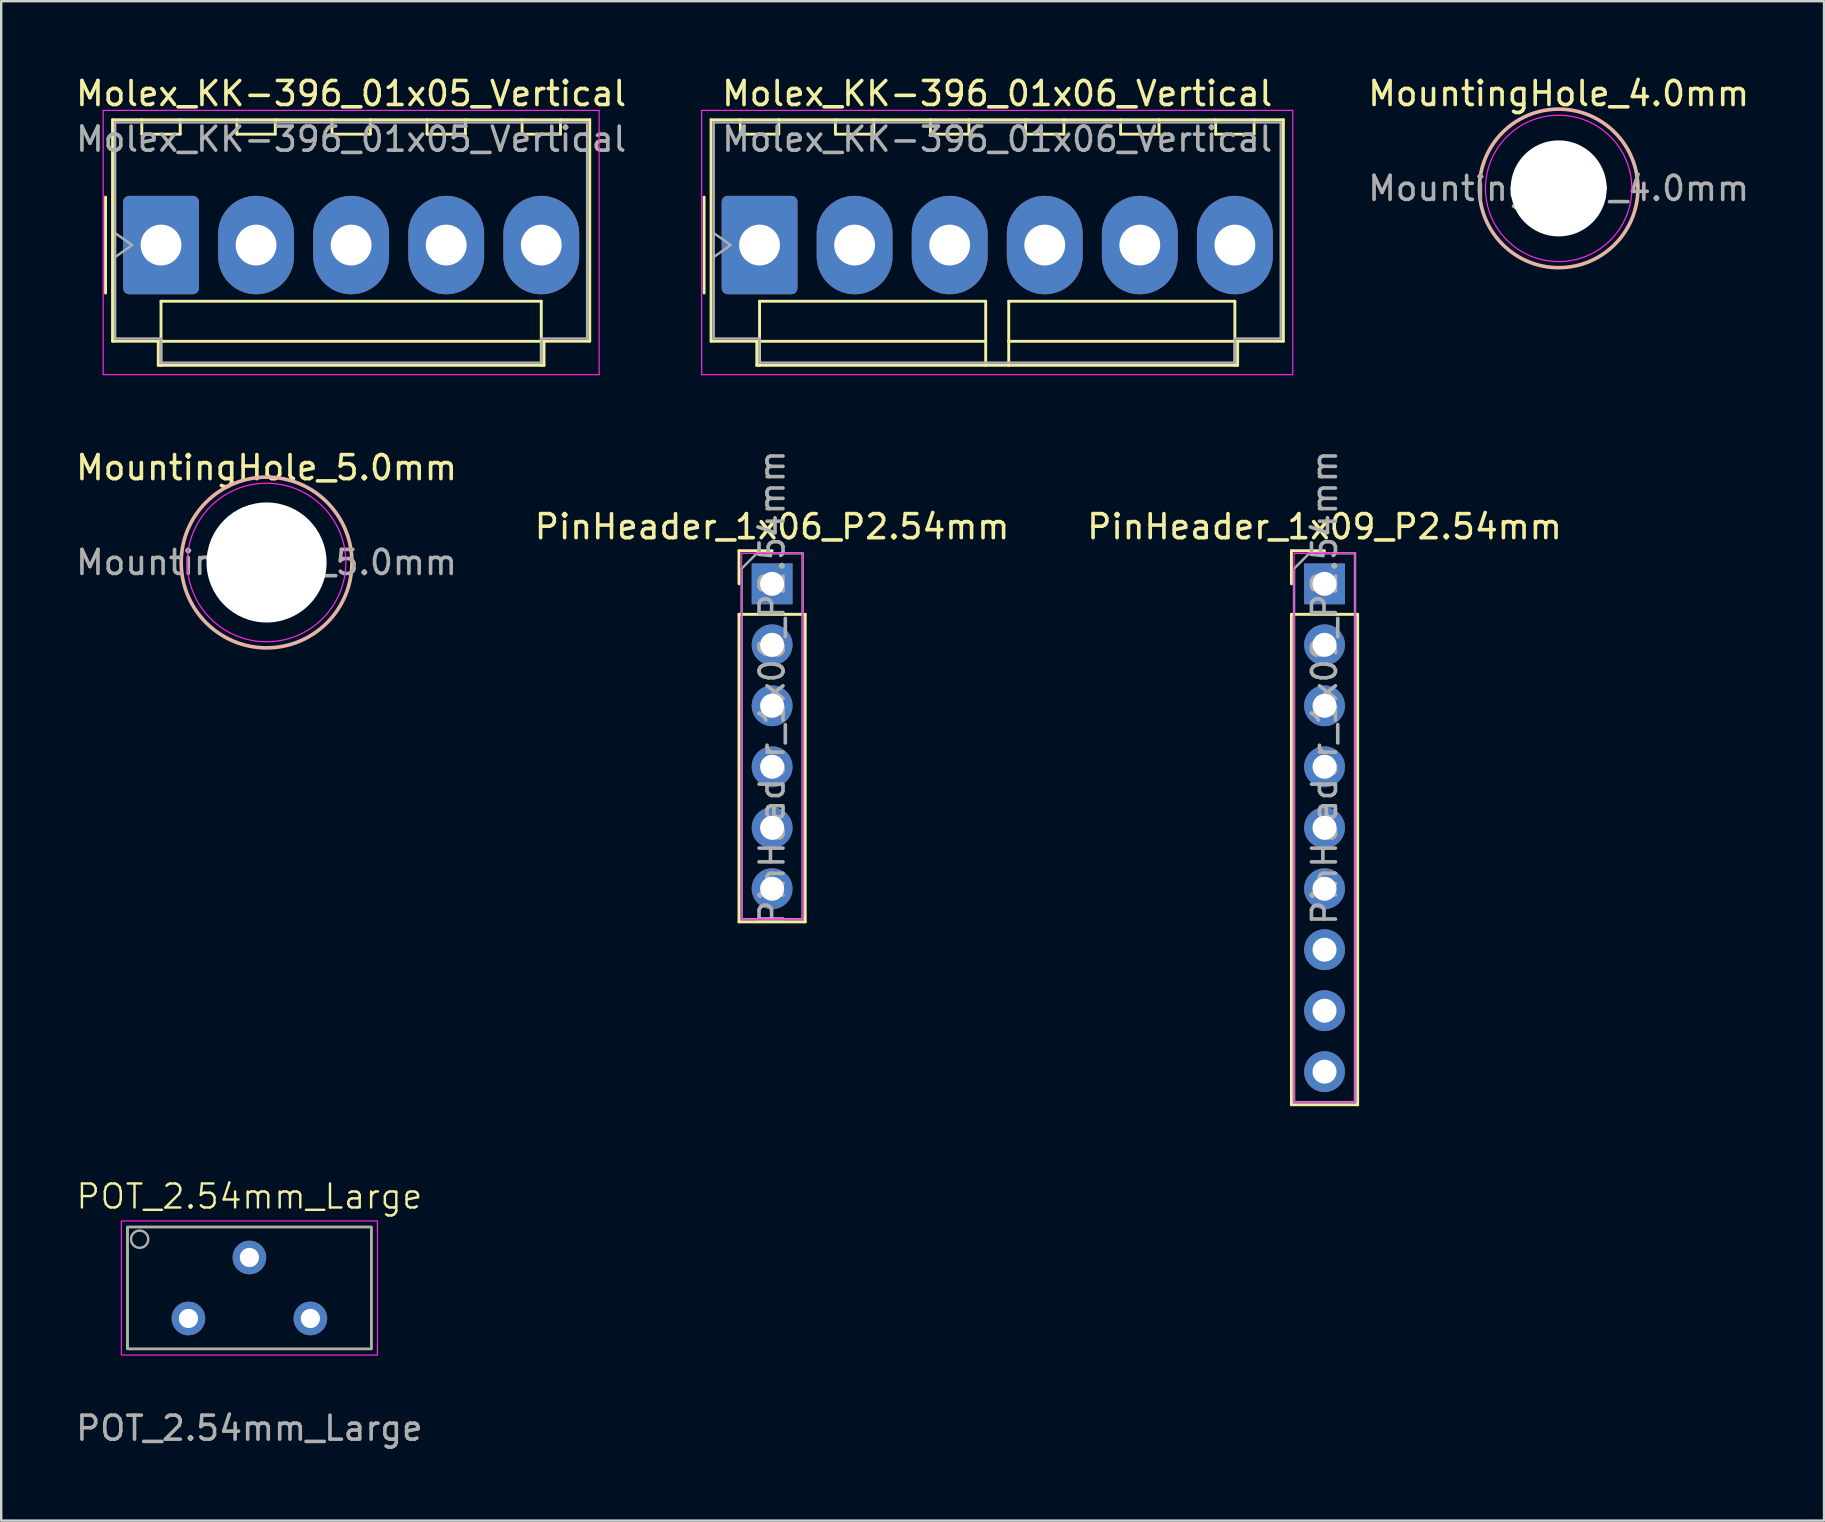
<source format=kicad_pcb>
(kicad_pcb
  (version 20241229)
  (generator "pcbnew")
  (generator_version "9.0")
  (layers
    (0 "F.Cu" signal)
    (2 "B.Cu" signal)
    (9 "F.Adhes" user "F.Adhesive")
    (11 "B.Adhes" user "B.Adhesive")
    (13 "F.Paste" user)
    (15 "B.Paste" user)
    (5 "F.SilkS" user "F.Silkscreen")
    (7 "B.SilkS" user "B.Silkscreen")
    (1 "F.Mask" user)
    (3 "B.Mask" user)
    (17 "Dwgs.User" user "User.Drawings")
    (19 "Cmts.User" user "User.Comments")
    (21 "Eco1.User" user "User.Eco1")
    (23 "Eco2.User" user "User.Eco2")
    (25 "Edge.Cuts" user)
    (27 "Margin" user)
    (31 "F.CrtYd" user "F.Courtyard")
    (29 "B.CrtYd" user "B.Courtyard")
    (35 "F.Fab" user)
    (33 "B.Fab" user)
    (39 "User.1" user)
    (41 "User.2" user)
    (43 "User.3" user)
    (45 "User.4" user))
  (footprint "PinHeader_1x09_P2.54mm"
    (layer "F.Cu")
    (at 52.125 21.271)
    (property "Reference" "PinHeader_1x09_P2.54mm" (at 0 -2.38 0) (layer "F.SilkS") (effects (font (size 1 1) (thickness 0.15))))
    (attr through_hole)
    (fp_line (start -1.38 -1.38) (end 0 -1.38) (stroke (width 0.12) (type solid)) (layer "F.SilkS"))
    (fp_line (start -1.38 0) (end -1.38 -1.38) (stroke (width 0.12) (type solid)) (layer "F.SilkS"))
    (fp_line (start -1.38 1.27) (end -1.38 21.7) (stroke (width 0.12) (type solid)) (layer "F.SilkS"))
    (fp_line (start -1.38 1.27) (end 1.38 1.27) (stroke (width 0.12) (type solid)) (layer "F.SilkS"))
    (fp_line (start -1.38 21.7) (end 1.38 21.7) (stroke (width 0.12) (type solid)) (layer "F.SilkS"))
    (fp_line (start 1.38 1.27) (end 1.38 21.7) (stroke (width 0.12) (type solid)) (layer "F.SilkS"))
    (fp_rect (start -1.27 -1.27) (end 1.27 21.59) (stroke (width 0.05) (type default)) (fill no) (layer "F.CrtYd"))
    (fp_line (start -1.27 -0.635) (end -0.635 -1.27) (stroke (width 0.1) (type solid)) (layer "F.Fab"))
    (fp_line (start -1.27 21.59) (end -1.27 -0.635) (stroke (width 0.1) (type solid)) (layer "F.Fab"))
    (fp_line (start -0.635 -1.27) (end 1.27 -1.27) (stroke (width 0.1) (type solid)) (layer "F.Fab"))
    (fp_line (start 1.27 -1.27) (end 1.27 21.59) (stroke (width 0.1) (type solid)) (layer "F.Fab"))
    (fp_line (start 1.27 21.59) (end -1.27 21.59) (stroke (width 0.1) (type solid)) (layer "F.Fab"))
    (fp_text user "${REFERENCE}" (at 0 4.318 270) (layer "F.Fab") (effects (font (size 1 1) (thickness 0.15))))
    (pad "1" thru_hole rect (at 0 0) (size 1.7 1.7) (drill 1) (layers "*.Cu" "*.Mask"))
    (pad "2" thru_hole circle (at 0 2.54) (size 1.7 1.7) (drill 1) (layers "*.Cu" "*.Mask"))
    (pad "3" thru_hole circle (at 0 5.08) (size 1.7 1.7) (drill 1) (layers "*.Cu" "*.Mask"))
    (pad "4" thru_hole circle (at 0 7.62) (size 1.7 1.7) (drill 1) (layers "*.Cu" "*.Mask"))
    (pad "5" thru_hole circle (at 0 10.16) (size 1.7 1.7) (drill 1) (layers "*.Cu" "*.Mask"))
    (pad "6" thru_hole circle (at 0 12.7) (size 1.7 1.7) (drill 1) (layers "*.Cu" "*.Mask"))
    (pad "7" thru_hole circle (at 0 15.24) (size 1.7 1.7) (drill 1) (layers "*.Cu" "*.Mask"))
    (pad "8" thru_hole circle (at 0 17.78) (size 1.7 1.7) (drill 1) (layers "*.Cu" "*.Mask"))
    (pad "9" thru_hole circle (at 0 20.32) (size 1.7 1.7) (drill 1) (layers "*.Cu" "*.Mask")))
  (footprint "Molex_KK-396_01x05_Vertical"
    (layer "F.Cu")
    (at 3.657 7.158)
    (property "Reference" "Molex_KK-396_01x05_Vertical" (at 7.92 -6.31 0) (layer "F.SilkS") (effects (font (size 1 1) (thickness 0.15))))
    (attr through_hole)
    (fp_line (start -2.31 -2) (end -2.31 2) (stroke (width 0.12) (type solid)) (layer "F.SilkS"))
    (fp_line (start -2.02 -5.22) (end 17.86 -5.22) (stroke (width 0.12) (type solid)) (layer "F.SilkS"))
    (fp_line (start -2.02 4.005) (end -2.02 -5.22) (stroke (width 0.12) (type solid)) (layer "F.SilkS"))
    (fp_line (start -0.8 -5.22) (end -0.8 -4.62) (stroke (width 0.12) (type solid)) (layer "F.SilkS"))
    (fp_line (start -0.8 -4.62) (end 0.8 -4.62) (stroke (width 0.12) (type solid)) (layer "F.SilkS"))
    (fp_line (start -0.115 4.005) (end -2.02 4.005) (stroke (width 0.12) (type solid)) (layer "F.SilkS"))
    (fp_line (start -0.115 5.01) (end -0.115 4.005) (stroke (width 0.12) (type solid)) (layer "F.SilkS"))
    (fp_line (start 0 2.34) (end 15.84 2.34) (stroke (width 0.12) (type solid)) (layer "F.SilkS"))
    (fp_line (start 0 4.01) (end 0 2.34) (stroke (width 0.12) (type solid)) (layer "F.SilkS"))
    (fp_line (start 0 4.01) (end 15.84 4.01) (stroke (width 0.12) (type solid)) (layer "F.SilkS"))
    (fp_line (start 0 5.01) (end 0 4.01) (stroke (width 0.12) (type solid)) (layer "F.SilkS"))
    (fp_line (start 0.8 -4.62) (end 0.8 -5.22) (stroke (width 0.12) (type solid)) (layer "F.SilkS"))
    (fp_line (start 3.16 -5.22) (end 3.16 -4.62) (stroke (width 0.12) (type solid)) (layer "F.SilkS"))
    (fp_line (start 3.16 -4.62) (end 4.76 -4.62) (stroke (width 0.12) (type solid)) (layer "F.SilkS"))
    (fp_line (start 4.76 -4.62) (end 4.76 -5.22) (stroke (width 0.12) (type solid)) (layer "F.SilkS"))
    (fp_line (start 7.12 -5.22) (end 7.12 -4.62) (stroke (width 0.12) (type solid)) (layer "F.SilkS"))
    (fp_line (start 7.12 -4.62) (end 8.72 -4.62) (stroke (width 0.12) (type solid)) (layer "F.SilkS"))
    (fp_line (start 8.72 -4.62) (end 8.72 -5.22) (stroke (width 0.12) (type solid)) (layer "F.SilkS"))
    (fp_line (start 11.08 -5.22) (end 11.08 -4.62) (stroke (width 0.12) (type solid)) (layer "F.SilkS"))
    (fp_line (start 11.08 -4.62) (end 12.68 -4.62) (stroke (width 0.12) (type solid)) (layer "F.SilkS"))
    (fp_line (start 12.68 -4.62) (end 12.68 -5.22) (stroke (width 0.12) (type solid)) (layer "F.SilkS"))
    (fp_line (start 15.04 -5.22) (end 15.04 -4.62) (stroke (width 0.12) (type solid)) (layer "F.SilkS"))
    (fp_line (start 15.04 -4.62) (end 16.64 -4.62) (stroke (width 0.12) (type solid)) (layer "F.SilkS"))
    (fp_line (start 15.84 2.34) (end 15.84 4.01) (stroke (width 0.12) (type solid)) (layer "F.SilkS"))
    (fp_line (start 15.84 4.01) (end 15.84 5.01) (stroke (width 0.12) (type solid)) (layer "F.SilkS"))
    (fp_line (start 15.955 4.005) (end 15.955 5.01) (stroke (width 0.12) (type solid)) (layer "F.SilkS"))
    (fp_line (start 15.955 5.01) (end -0.115 5.01) (stroke (width 0.12) (type solid)) (layer "F.SilkS"))
    (fp_line (start 16.64 -4.62) (end 16.64 -5.22) (stroke (width 0.12) (type solid)) (layer "F.SilkS"))
    (fp_line (start 17.86 -5.22) (end 17.86 4.005) (stroke (width 0.12) (type solid)) (layer "F.SilkS"))
    (fp_line (start 17.86 4.005) (end 15.955 4.005) (stroke (width 0.12) (type solid)) (layer "F.SilkS"))
    (fp_line (start -2.41 -5.61) (end -2.41 5.4) (stroke (width 0.05) (type solid)) (layer "F.CrtYd"))
    (fp_line (start -2.41 5.4) (end 18.25 5.4) (stroke (width 0.05) (type solid)) (layer "F.CrtYd"))
    (fp_line (start 18.25 -5.61) (end -2.41 -5.61) (stroke (width 0.05) (type solid)) (layer "F.CrtYd"))
    (fp_line (start 18.25 5.4) (end 18.25 -5.61) (stroke (width 0.05) (type solid)) (layer "F.CrtYd"))
    (fp_line (start -1.91 -5.11) (end 17.75 -5.11) (stroke (width 0.1) (type solid)) (layer "F.Fab"))
    (fp_line (start -1.91 -0.5) (end -1.203 0) (stroke (width 0.1) (type solid)) (layer "F.Fab"))
    (fp_line (start -1.91 3.895) (end -1.91 -5.11) (stroke (width 0.1) (type solid)) (layer "F.Fab"))
    (fp_line (start -1.203 0) (end -1.91 0.5) (stroke (width 0.1) (type solid)) (layer "F.Fab"))
    (fp_line (start -0.005 3.895) (end -1.91 3.895) (stroke (width 0.1) (type solid)) (layer "F.Fab"))
    (fp_line (start -0.005 4.9) (end -0.005 3.895) (stroke (width 0.1) (type solid)) (layer "F.Fab"))
    (fp_line (start 15.845 3.895) (end 15.845 4.9) (stroke (width 0.1) (type solid)) (layer "F.Fab"))
    (fp_line (start 15.845 4.9) (end -0.005 4.9) (stroke (width 0.1) (type solid)) (layer "F.Fab"))
    (fp_line (start 17.75 -5.11) (end 17.75 3.895) (stroke (width 0.1) (type solid)) (layer "F.Fab"))
    (fp_line (start 17.75 3.895) (end 15.845 3.895) (stroke (width 0.1) (type solid)) (layer "F.Fab"))
    (fp_text user "${REFERENCE}" (at 7.92 -4.41 0) (layer "F.Fab") (effects (font (size 1 1) (thickness 0.15))))
    (pad "1" thru_hole roundrect (at 0 0) (size 3.16 4.1) (drill 1.7) (layers "*.Cu" "*.Mask") (roundrect_rratio 0.079))
    (pad "2" thru_hole oval (at 3.96 0) (size 3.16 4.1) (drill 1.7) (layers "*.Cu" "*.Mask"))
    (pad "3" thru_hole oval (at 7.92 0) (size 3.16 4.1) (drill 1.7) (layers "*.Cu" "*.Mask"))
    (pad "4" thru_hole oval (at 11.88 0) (size 3.16 4.1) (drill 1.7) (layers "*.Cu" "*.Mask"))
    (pad "5" thru_hole oval (at 15.84 0) (size 3.16 4.1) (drill 1.7) (layers "*.Cu" "*.Mask")))
  (footprint "MountingHole_5.0mm"
    (layer "F.Cu")
    (at 8.054 20.381)
    (property "Reference" "MountingHole_5.0mm" (at 0 -3.95 0) (layer "F.SilkS") (effects (font (size 1 1) (thickness 0.15))))
    (attr exclude_from_pos_files exclude_from_bom)
    (fp_circle (center 0 0) (end 3.556 0) (stroke (width 0.15) (type solid)) (fill no) (layer "B.SilkS"))
    (fp_circle (center 0 0) (end 3.302 0) (stroke (width 0.05) (type solid)) (fill no) (layer "F.CrtYd"))
    (fp_text user "${REFERENCE}" (at 0 0 0) (layer "F.Fab") (effects (font (size 1 1) (thickness 0.15))))
    (pad "" np_thru_hole circle (at 0 0) (size 5 5) (drill 5) (layers "*.Cu" "*.Mask")))
  (footprint "POT_2.54mm_Large"
    (layer "F.Cu")
    (at 7.339 51.872)
    (property "Reference" "POT_2.54mm_Large" (at 0 -5.08 0) (unlocked yes) (layer "F.SilkS") (effects (font (size 1 1) (thickness 0.1))))
    (attr through_hole)
    (fp_rect (start -5.08 -3.81) (end 5.08 1.27) (stroke (width 0.1) (type default)) (fill no) (layer "F.SilkS"))
    (fp_rect (start -5.334 -4.064) (end 5.334 1.524) (stroke (width 0.05) (type default)) (fill no) (layer "F.CrtYd"))
    (fp_rect (start -5.08 -3.81) (end 5.08 1.27) (stroke (width 0.1) (type default)) (fill no) (layer "F.Fab"))
    (fp_circle (center -4.572 -3.302) (end -4.318 -3.048) (stroke (width 0.1) (type default)) (fill no) (layer "F.Fab"))
    (fp_text user "${REFERENCE}" (at 0 4.572 0) (unlocked yes) (layer "F.Fab") (effects (font (size 1 1) (thickness 0.15))))
    (pad "1" thru_hole circle (at -2.54 0) (size 1.4 1.4) (drill 0.8) (layers "*.Cu" "F.Mask" "F.Paste"))
    (pad "2" thru_hole circle (at 0 -2.54) (size 1.4 1.4) (drill 0.8) (layers "*.Cu" "F.Mask" "F.Paste"))
    (pad "3" thru_hole circle (at 2.54 0) (size 1.4 1.4) (drill 0.8) (layers "*.Cu" "F.Mask" "F.Paste")))
  (footprint "MountingHole_4.0mm"
    (layer "F.Cu")
    (at 61.878 4.798)
    (property "Reference" "MountingHole_4.0mm" (at 0 -3.95 0) (layer "F.SilkS") (effects (font (size 1 1) (thickness 0.15))))
    (attr exclude_from_pos_files exclude_from_bom)
    (fp_circle (center 0 0) (end 3.302 0) (stroke (width 0.15) (type solid)) (fill no) (layer "B.SilkS"))
    (fp_circle (center 0 0) (end 3.048 0) (stroke (width 0.05) (type solid)) (fill no) (layer "F.CrtYd"))
    (fp_text user "${REFERENCE}" (at 0 0 0) (layer "F.Fab") (effects (font (size 1 1) (thickness 0.15))))
    (pad "" np_thru_hole circle (at 0 0) (size 4 4) (drill 4) (layers "*.Cu" "*.Mask")))
  (footprint "PinHeader_1x06_P2.54mm"
    (layer "F.Cu")
    (at 29.113 21.271)
    (property "Reference" "PinHeader_1x06_P2.54mm" (at 0 -2.38 0) (layer "F.SilkS") (effects (font (size 1 1) (thickness 0.15))))
    (attr through_hole)
    (fp_line (start -1.38 -1.38) (end 0 -1.38) (stroke (width 0.12) (type solid)) (layer "F.SilkS"))
    (fp_line (start -1.38 0) (end -1.38 -1.38) (stroke (width 0.12) (type solid)) (layer "F.SilkS"))
    (fp_line (start -1.38 1.27) (end -1.38 14.08) (stroke (width 0.12) (type solid)) (layer "F.SilkS"))
    (fp_line (start -1.38 1.27) (end 1.38 1.27) (stroke (width 0.12) (type solid)) (layer "F.SilkS"))
    (fp_line (start -1.38 14.08) (end 1.38 14.08) (stroke (width 0.12) (type solid)) (layer "F.SilkS"))
    (fp_line (start 1.38 1.27) (end 1.38 14.08) (stroke (width 0.12) (type solid)) (layer "F.SilkS"))
    (fp_rect (start -1.27 -1.27) (end 1.27 13.97) (stroke (width 0.05) (type default)) (fill no) (layer "F.CrtYd"))
    (fp_line (start -1.27 -0.635) (end -0.635 -1.27) (stroke (width 0.1) (type solid)) (layer "F.Fab"))
    (fp_line (start -1.27 13.97) (end -1.27 -0.635) (stroke (width 0.1) (type solid)) (layer "F.Fab"))
    (fp_line (start -0.635 -1.27) (end 1.27 -1.27) (stroke (width 0.1) (type solid)) (layer "F.Fab"))
    (fp_line (start 1.27 -1.27) (end 1.27 13.97) (stroke (width 0.1) (type solid)) (layer "F.Fab"))
    (fp_line (start 1.27 13.97) (end -1.27 13.97) (stroke (width 0.1) (type solid)) (layer "F.Fab"))
    (fp_text user "${REFERENCE}" (at 0 4.318 270) (layer "F.Fab") (effects (font (size 1 1) (thickness 0.15))))
    (pad "1" thru_hole rect (at 0 0) (size 1.7 1.7) (drill 1) (layers "*.Cu" "*.Mask"))
    (pad "2" thru_hole circle (at 0 2.54) (size 1.7 1.7) (drill 1) (layers "*.Cu" "*.Mask"))
    (pad "3" thru_hole circle (at 0 5.08) (size 1.7 1.7) (drill 1) (layers "*.Cu" "*.Mask"))
    (pad "4" thru_hole circle (at 0 7.62) (size 1.7 1.7) (drill 1) (layers "*.Cu" "*.Mask"))
    (pad "5" thru_hole circle (at 0 10.16) (size 1.7 1.7) (drill 1) (layers "*.Cu" "*.Mask"))
    (pad "6" thru_hole circle (at 0 12.7) (size 1.7 1.7) (drill 1) (layers "*.Cu" "*.Mask")))
  (footprint "Molex_KK-396_01x06_Vertical"
    (layer "F.Cu")
    (at 28.59 7.158)
    (property "Reference" "Molex_KK-396_01x06_Vertical" (at 9.9 -6.31 0) (layer "F.SilkS") (effects (font (size 1 1) (thickness 0.15))))
    (attr through_hole)
    (fp_line (start -2.31 -2) (end -2.31 2) (stroke (width 0.12) (type solid)) (layer "F.SilkS"))
    (fp_line (start -2.02 -5.22) (end 21.82 -5.22) (stroke (width 0.12) (type solid)) (layer "F.SilkS"))
    (fp_line (start -2.02 4.005) (end -2.02 -5.22) (stroke (width 0.12) (type solid)) (layer "F.SilkS"))
    (fp_line (start -0.8 -5.22) (end -0.8 -4.62) (stroke (width 0.12) (type solid)) (layer "F.SilkS"))
    (fp_line (start -0.8 -4.62) (end 0.8 -4.62) (stroke (width 0.12) (type solid)) (layer "F.SilkS"))
    (fp_line (start -0.115 4.005) (end -2.02 4.005) (stroke (width 0.12) (type solid)) (layer "F.SilkS"))
    (fp_line (start -0.115 5.01) (end -0.115 4.005) (stroke (width 0.12) (type solid)) (layer "F.SilkS"))
    (fp_line (start 0 2.34) (end 9.42 2.34) (stroke (width 0.12) (type solid)) (layer "F.SilkS"))
    (fp_line (start 0 4.01) (end 0 2.34) (stroke (width 0.12) (type solid)) (layer "F.SilkS"))
    (fp_line (start 0 4.01) (end 9.42 4.01) (stroke (width 0.12) (type solid)) (layer "F.SilkS"))
    (fp_line (start 0 5.01) (end 0 4.01) (stroke (width 0.12) (type solid)) (layer "F.SilkS"))
    (fp_line (start 0.8 -4.62) (end 0.8 -5.22) (stroke (width 0.12) (type solid)) (layer "F.SilkS"))
    (fp_line (start 3.16 -5.22) (end 3.16 -4.62) (stroke (width 0.12) (type solid)) (layer "F.SilkS"))
    (fp_line (start 3.16 -4.62) (end 4.76 -4.62) (stroke (width 0.12) (type solid)) (layer "F.SilkS"))
    (fp_line (start 4.76 -4.62) (end 4.76 -5.22) (stroke (width 0.12) (type solid)) (layer "F.SilkS"))
    (fp_line (start 7.12 -5.22) (end 7.12 -4.62) (stroke (width 0.12) (type solid)) (layer "F.SilkS"))
    (fp_line (start 7.12 -4.62) (end 8.72 -4.62) (stroke (width 0.12) (type solid)) (layer "F.SilkS"))
    (fp_line (start 8.72 -4.62) (end 8.72 -5.22) (stroke (width 0.12) (type solid)) (layer "F.SilkS"))
    (fp_line (start 9.42 2.34) (end 9.42 4.01) (stroke (width 0.12) (type solid)) (layer "F.SilkS"))
    (fp_line (start 9.42 4.01) (end 9.42 5.01) (stroke (width 0.12) (type solid)) (layer "F.SilkS"))
    (fp_line (start 10.38 2.34) (end 19.8 2.34) (stroke (width 0.12) (type solid)) (layer "F.SilkS"))
    (fp_line (start 10.38 4.01) (end 10.38 2.34) (stroke (width 0.12) (type solid)) (layer "F.SilkS"))
    (fp_line (start 10.38 4.01) (end 19.8 4.01) (stroke (width 0.12) (type solid)) (layer "F.SilkS"))
    (fp_line (start 10.38 5.01) (end 10.38 4.01) (stroke (width 0.12) (type solid)) (layer "F.SilkS"))
    (fp_line (start 11.08 -5.22) (end 11.08 -4.62) (stroke (width 0.12) (type solid)) (layer "F.SilkS"))
    (fp_line (start 11.08 -4.62) (end 12.68 -4.62) (stroke (width 0.12) (type solid)) (layer "F.SilkS"))
    (fp_line (start 12.68 -4.62) (end 12.68 -5.22) (stroke (width 0.12) (type solid)) (layer "F.SilkS"))
    (fp_line (start 15.04 -5.22) (end 15.04 -4.62) (stroke (width 0.12) (type solid)) (layer "F.SilkS"))
    (fp_line (start 15.04 -4.62) (end 16.64 -4.62) (stroke (width 0.12) (type solid)) (layer "F.SilkS"))
    (fp_line (start 16.64 -4.62) (end 16.64 -5.22) (stroke (width 0.12) (type solid)) (layer "F.SilkS"))
    (fp_line (start 19 -5.22) (end 19 -4.62) (stroke (width 0.12) (type solid)) (layer "F.SilkS"))
    (fp_line (start 19 -4.62) (end 20.6 -4.62) (stroke (width 0.12) (type solid)) (layer "F.SilkS"))
    (fp_line (start 19.8 2.34) (end 19.8 4.01) (stroke (width 0.12) (type solid)) (layer "F.SilkS"))
    (fp_line (start 19.8 4.01) (end 19.8 5.01) (stroke (width 0.12) (type solid)) (layer "F.SilkS"))
    (fp_line (start 19.915 4.005) (end 19.915 5.01) (stroke (width 0.12) (type solid)) (layer "F.SilkS"))
    (fp_line (start 19.915 5.01) (end -0.115 5.01) (stroke (width 0.12) (type solid)) (layer "F.SilkS"))
    (fp_line (start 20.6 -4.62) (end 20.6 -5.22) (stroke (width 0.12) (type solid)) (layer "F.SilkS"))
    (fp_line (start 21.82 -5.22) (end 21.82 4.005) (stroke (width 0.12) (type solid)) (layer "F.SilkS"))
    (fp_line (start 21.82 4.005) (end 19.915 4.005) (stroke (width 0.12) (type solid)) (layer "F.SilkS"))
    (fp_line (start -2.41 -5.61) (end -2.41 5.4) (stroke (width 0.05) (type solid)) (layer "F.CrtYd"))
    (fp_line (start -2.41 5.4) (end 22.21 5.4) (stroke (width 0.05) (type solid)) (layer "F.CrtYd"))
    (fp_line (start 22.21 -5.61) (end -2.41 -5.61) (stroke (width 0.05) (type solid)) (layer "F.CrtYd"))
    (fp_line (start 22.21 5.4) (end 22.21 -5.61) (stroke (width 0.05) (type solid)) (layer "F.CrtYd"))
    (fp_line (start -1.91 -5.11) (end 21.71 -5.11) (stroke (width 0.1) (type solid)) (layer "F.Fab"))
    (fp_line (start -1.91 -0.5) (end -1.203 0) (stroke (width 0.1) (type solid)) (layer "F.Fab"))
    (fp_line (start -1.91 3.895) (end -1.91 -5.11) (stroke (width 0.1) (type solid)) (layer "F.Fab"))
    (fp_line (start -1.203 0) (end -1.91 0.5) (stroke (width 0.1) (type solid)) (layer "F.Fab"))
    (fp_line (start -0.005 3.895) (end -1.91 3.895) (stroke (width 0.1) (type solid)) (layer "F.Fab"))
    (fp_line (start -0.005 4.9) (end -0.005 3.895) (stroke (width 0.1) (type solid)) (layer "F.Fab"))
    (fp_line (start 19.805 3.895) (end 19.805 4.9) (stroke (width 0.1) (type solid)) (layer "F.Fab"))
    (fp_line (start 19.805 4.9) (end -0.005 4.9) (stroke (width 0.1) (type solid)) (layer "F.Fab"))
    (fp_line (start 21.71 -5.11) (end 21.71 3.895) (stroke (width 0.1) (type solid)) (layer "F.Fab"))
    (fp_line (start 21.71 3.895) (end 19.805 3.895) (stroke (width 0.1) (type solid)) (layer "F.Fab"))
    (fp_text user "${REFERENCE}" (at 9.9 -4.41 0) (layer "F.Fab") (effects (font (size 1 1) (thickness 0.15))))
    (pad "1" thru_hole roundrect (at 0 0) (size 3.16 4.1) (drill 1.7) (layers "*.Cu" "*.Mask") (roundrect_rratio 0.079))
    (pad "2" thru_hole oval (at 3.96 0) (size 3.16 4.1) (drill 1.7) (layers "*.Cu" "*.Mask"))
    (pad "3" thru_hole oval (at 7.92 0) (size 3.16 4.1) (drill 1.7) (layers "*.Cu" "*.Mask"))
    (pad "4" thru_hole oval (at 11.88 0) (size 3.16 4.1) (drill 1.7) (layers "*.Cu" "*.Mask"))
    (pad "5" thru_hole oval (at 15.84 0) (size 3.16 4.1) (drill 1.7) (layers "*.Cu" "*.Mask"))
    (pad "6" thru_hole oval (at 19.8 0) (size 3.16 4.1) (drill 1.7) (layers "*.Cu" "*.Mask")))
  (gr_rect
    (start -3 -3)
    (end 72.932 60.292)
    (stroke (width 0.1) (type default))
    (fill no)
    (layer "Edge.Cuts")))
</source>
